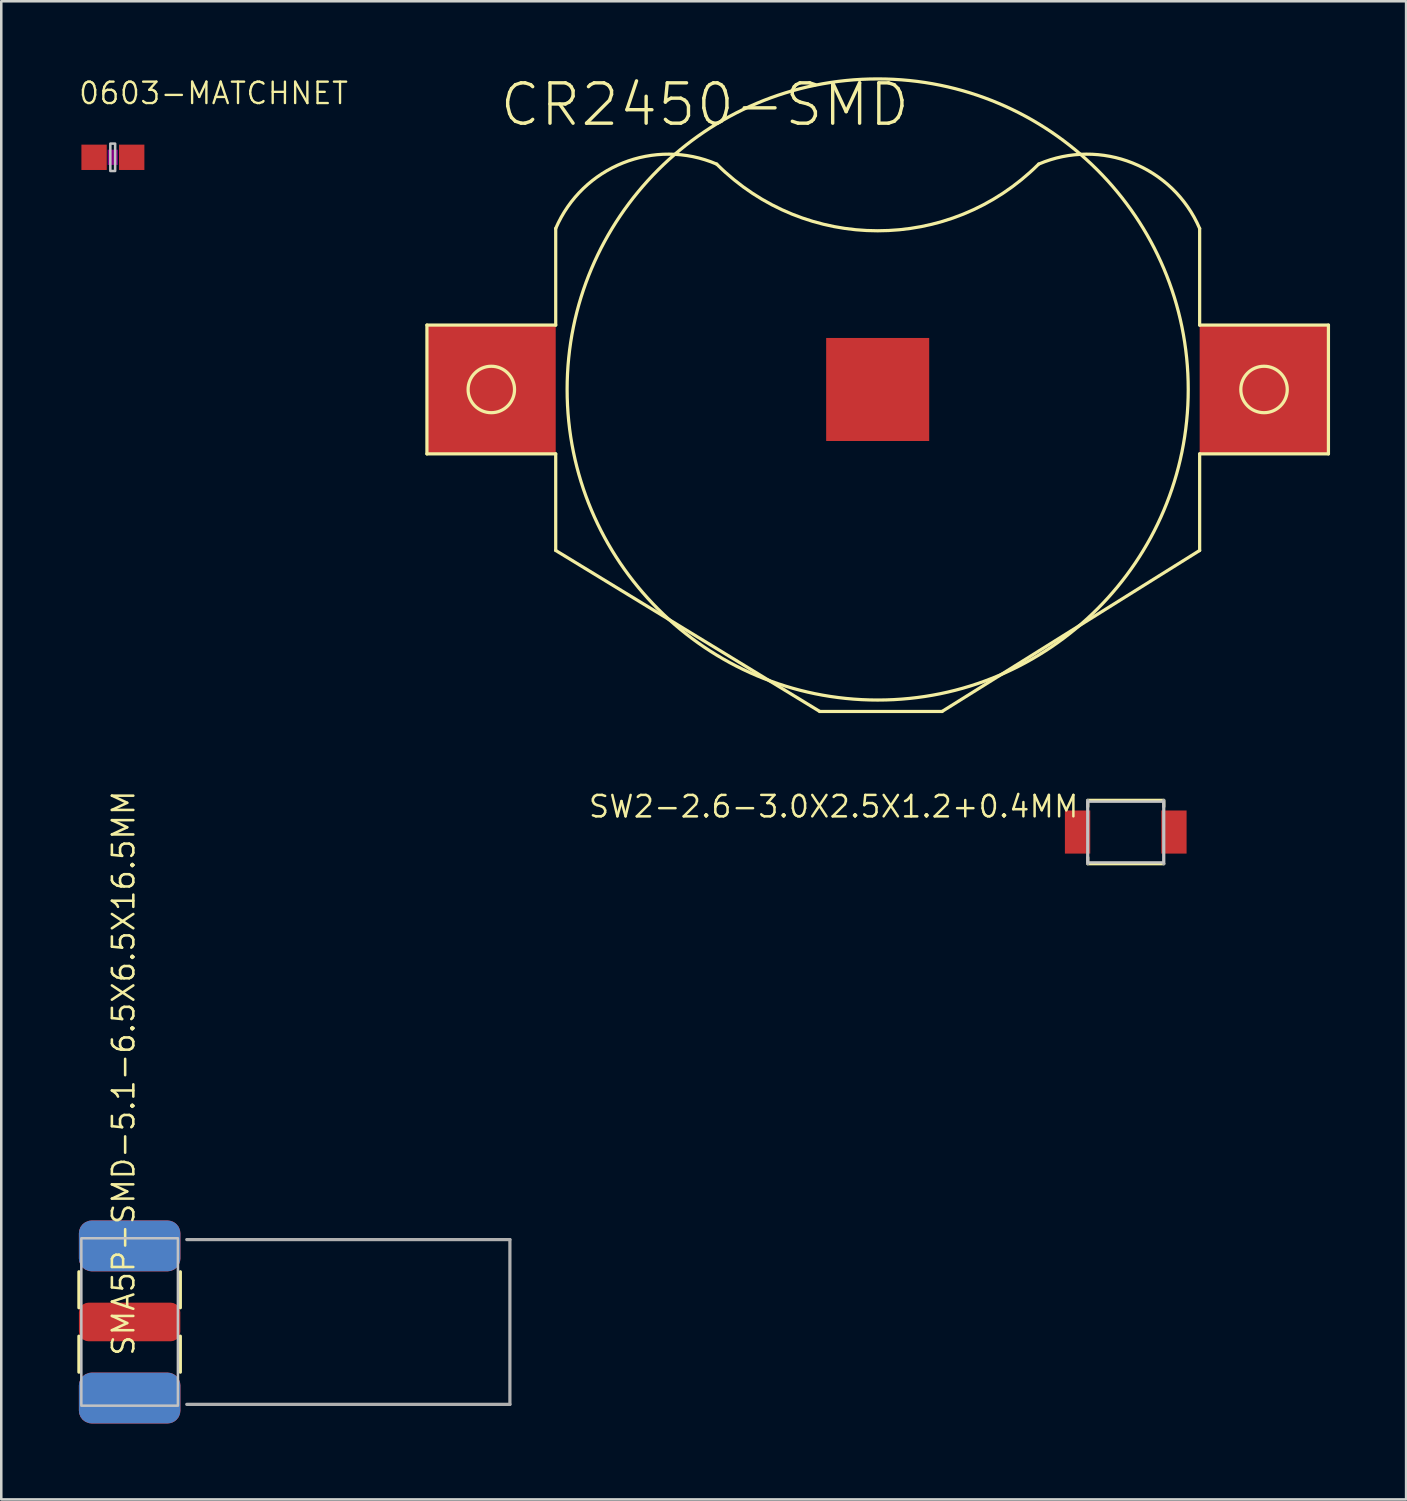
<source format=kicad_pcb>
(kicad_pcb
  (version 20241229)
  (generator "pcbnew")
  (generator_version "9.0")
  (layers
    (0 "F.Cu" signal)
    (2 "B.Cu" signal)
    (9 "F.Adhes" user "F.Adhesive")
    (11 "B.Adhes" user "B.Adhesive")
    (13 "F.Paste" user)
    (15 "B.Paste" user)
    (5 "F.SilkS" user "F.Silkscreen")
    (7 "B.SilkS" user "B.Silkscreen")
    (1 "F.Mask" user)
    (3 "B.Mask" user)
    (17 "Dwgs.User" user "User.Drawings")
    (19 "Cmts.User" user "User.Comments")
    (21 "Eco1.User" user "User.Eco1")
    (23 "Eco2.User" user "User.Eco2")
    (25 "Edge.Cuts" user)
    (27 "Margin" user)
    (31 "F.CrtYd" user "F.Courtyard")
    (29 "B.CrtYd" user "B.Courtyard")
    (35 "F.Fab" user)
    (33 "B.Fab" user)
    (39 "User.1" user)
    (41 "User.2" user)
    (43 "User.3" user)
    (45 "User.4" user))
  (footprint "0603-MATCHNET"
    (layer "F.Cu")
    (at 1.397 3.155)
    (property "Reference" "0603-MATCHNET" (at -1.397 -2.032 0) (layer "F.SilkS") (effects (font (size 0.845 0.845) (thickness 0.093)) (justify left bottom)))
    (attr through_hole)
    (fp_poly (pts (xy -0.2 0.3) (xy 0.2 0.3) (xy 0.2 -0.3) (xy -0.2 -0.3)) (stroke (width 0) (type solid)) (fill yes) (layer "F.Adhes"))
    (fp_poly (pts (xy -0.095 -0.54) (xy 0.095 -0.54) (xy 0.095 0.54) (xy -0.095 0.54)) (stroke (width 0.1) (type solid)) (fill no) (layer "Dwgs.User"))
    (pad "1" smd rect (at -0.736 0) (size 1 1) (layers "F.Cu" "F.Mask" "F.Paste"))
    (pad "2" smd rect (at 0.748 0) (size 1 1) (layers "F.Cu" "F.Mask" "F.Paste")))
  (footprint "CR2450-SMD"
    (layer "F.Cu")
    (at 31.57 12.313)
    (property "Reference" "CR2450-SMD" (at -14.986 -10.302 0) (layer "F.SilkS") (effects (font (size 1.593 1.593) (thickness 0.134)) (justify left bottom)))
    (attr through_hole)
    (fp_poly (pts (xy -11.032 0.381) (xy -11.022 -0.324) (xy -10.967 -1.027) (xy -10.869 -1.725) (xy -10.727 -2.416) (xy -10.542 -3.096) (xy -10.314 -3.764) (xy -10.045 -4.415) (xy -9.736 -5.049) (xy -9.387 -5.662) (xy -9.001 -6.252) (xy -8.578 -6.816) (xy -8.121 -7.353) (xy -7.631 -7.86) (xy -7.11 -8.335) (xy -6.56 -8.777) (xy -5.984 -9.183) (xy -5.383 -9.552) (xy -4.76 -9.883) (xy -4.118 -10.174) (xy -3.459 -10.424) (xy -2.785 -10.632) (xy -2.1 -10.798) (xy -1.405 -10.92) (xy 0 -11.032) (xy 0.696 -10.998) (xy 1.389 -10.921) (xy 2.076 -10.8) (xy 2.753 -10.636) (xy 3.419 -10.43) (xy 4.071 -10.183) (xy 4.706 -9.895) (xy 5.322 -9.568) (xy 5.916 -9.203) (xy 6.485 -8.801) (xy 7.029 -8.364) (xy 7.544 -7.894) (xy 8.028 -7.393) (xy 8.48 -6.862) (xy 8.898 -6.304) (xy 9.28 -5.721) (xy 9.624 -5.115) (xy 9.93 -4.488) (xy 10.196 -3.844) (xy 10.421 -3.184) (xy 10.604 -2.511) (xy 10.744 -1.828) (xy 10.841 -1.138) (xy 10.905 0.254) (xy 10.884 0.931) (xy 10.82 1.605) (xy 10.714 2.274) (xy 10.566 2.934) (xy 10.377 3.585) (xy 10.148 4.222) (xy 9.879 4.843) (xy 9.572 5.446) (xy 9.227 6.029) (xy 8.847 6.589) (xy 8.432 7.124) (xy 7.984 7.632) (xy 7.505 8.111) (xy 6.997 8.559) (xy 6.462 8.974) (xy 5.902 9.354) (xy 5.319 9.699) (xy 4.716 10.006) (xy 4.095 10.275) (xy 3.458 10.504) (xy 2.807 10.693) (xy 2.147 10.841) (xy 1.478 10.947) (xy 0.127 11.032) (xy -0.558 11.026) (xy -1.242 10.978) (xy -1.921 10.886) (xy -2.593 10.753) (xy -3.255 10.577) (xy -3.905 10.36) (xy -4.54 10.102) (xy -5.158 9.805) (xy -5.756 9.47) (xy -6.331 9.099) (xy -6.882 8.691) (xy -7.407 8.25) (xy -7.903 7.777) (xy -8.368 7.274) (xy -8.8 6.742) (xy -9.198 6.185) (xy -9.561 5.603) (xy -9.886 5) (xy -10.173 4.378) (xy -10.42 3.738) (xy -10.626 3.085) (xy -10.791 2.42) (xy -10.914 1.746)) (stroke (width 0) (type solid)) (fill yes) (layer "F.Mask"))
    (fp_line (start -17.78 -2.54) (end -17.78 2.54) (stroke (width 0.127) (type solid)) (layer "F.SilkS"))
    (fp_line (start -17.78 2.54) (end -12.7 2.54) (stroke (width 0.127) (type solid)) (layer "F.SilkS"))
    (fp_line (start -12.7 -6.35) (end -12.7 -2.54) (stroke (width 0.127) (type solid)) (layer "F.SilkS"))
    (fp_line (start -12.7 -2.54) (end -17.78 -2.54) (stroke (width 0.127) (type solid)) (layer "F.SilkS"))
    (fp_line (start -12.7 2.54) (end -12.7 6.35) (stroke (width 0.127) (type solid)) (layer "F.SilkS"))
    (fp_line (start -12.7 6.35) (end -2.286 12.7) (stroke (width 0.127) (type solid)) (layer "F.SilkS"))
    (fp_line (start -2.286 12.7) (end 2.54 12.7) (stroke (width 0.127) (type solid)) (layer "F.SilkS"))
    (fp_line (start 2.54 12.7) (end 12.7 6.35) (stroke (width 0.127) (type solid)) (layer "F.SilkS"))
    (fp_line (start 12.7 -2.54) (end 12.7 -6.35) (stroke (width 0.127) (type solid)) (layer "F.SilkS"))
    (fp_line (start 12.7 2.54) (end 17.78 2.54) (stroke (width 0.127) (type solid)) (layer "F.SilkS"))
    (fp_line (start 12.7 6.35) (end 12.7 2.54) (stroke (width 0.127) (type solid)) (layer "F.SilkS"))
    (fp_line (start 17.78 -2.54) (end 12.7 -2.54) (stroke (width 0.127) (type solid)) (layer "F.SilkS"))
    (fp_line (start 17.78 2.54) (end 17.78 -2.54) (stroke (width 0.127) (type solid)) (layer "F.SilkS"))
    (fp_arc (start -12.7 -6.35) (mid -10.051051 -8.935128) (end -6.35 -8.89) (stroke (width 0.127) (type solid)) (layer "F.SilkS"))
    (fp_arc (start 6.35 -8.89) (mid 0 -6.259744) (end -6.35 -8.89) (stroke (width 0.127) (type solid)) (layer "F.SilkS"))
    (fp_arc (start 6.35 -8.89) (mid 10.051051 -8.935128) (end 12.7 -6.35) (stroke (width 0.127) (type solid)) (layer "F.SilkS"))
    (fp_circle (center -15.24 0) (end -14.324 0) (stroke (width 0.127) (type solid)) (fill no) (layer "F.SilkS"))
    (fp_circle (center 0 0) (end 12.25 0) (stroke (width 0.127) (type solid)) (fill no) (layer "F.SilkS"))
    (fp_circle (center 15.24 0) (end 16.156 0) (stroke (width 0.127) (type solid)) (fill no) (layer "F.SilkS"))
    (pad "+$1" smd rect (at -15.24 0) (size 5.08 5.08) (layers "F.Cu" "F.Mask" "F.Paste"))
    (pad "+$2" smd rect (at 15.24 0) (size 5.08 5.08) (layers "F.Cu" "F.Mask" "F.Paste"))
    (pad "-" smd rect (at 0 0) (size 4.064 4.064) (layers "F.Cu" "F.Mask" "F.Paste")))
  (footprint "SMA5P-SMD-5.1-6.5X6.5X16.5MM"
    (layer "F.Cu")
    (at 2.063 49.095)
    (property "Reference" "SMA5P-SMD-5.1-6.5X6.5X16.5MM" (at 0.254 1.397 270) (layer "F.SilkS") (effects (font (size 0.845 0.845) (thickness 0.101)) (justify left bottom)))
    (attr through_hole)
    (fp_line (start -2 -0.56) (end -2 -1.98) (stroke (width 0.127) (type solid)) (layer "F.SilkS"))
    (fp_line (start -2 1.98) (end -2 0.56) (stroke (width 0.127) (type solid)) (layer "F.SilkS"))
    (fp_line (start 2 -1.98) (end 2 -0.56) (stroke (width 0.127) (type solid)) (layer "F.SilkS"))
    (fp_line (start 2 0.56) (end 2 1.98) (stroke (width 0.127) (type solid)) (layer "F.SilkS"))
    (fp_poly (pts (xy -1.905 3.302) (xy 1.905 3.302) (xy 1.905 -3.302) (xy -1.905 -3.302)) (stroke (width 0.1) (type solid)) (fill no) (layer "Dwgs.User"))
    (fp_line (start 2.254 -3.25) (end 15 -3.25) (stroke (width 0.127) (type solid)) (layer "F.Fab"))
    (fp_line (start 2.254 3.25) (end 15 3.25) (stroke (width 0.127) (type solid)) (layer "F.Fab"))
    (fp_line (start 15 -3.25) (end 15 3.25) (stroke (width 0.127) (type solid)) (layer "F.Fab"))
    (pad "ANT" smd roundrect (at 0 0 180) (size 4 1.524) (layers "F.Cu" "F.Mask" "F.Paste") (roundrect_rratio 0.25))
    (pad "GND1" smd roundrect (at 0 -3 180) (size 4 2) (layers "F.Cu" "F.Mask" "F.Paste") (roundrect_rratio 0.25))
    (pad "GND2" smd roundrect (at 0 3 180) (size 4 2) (layers "F.Cu" "F.Mask" "F.Paste") (roundrect_rratio 0.25))
    (pad "GND3" smd roundrect (at 0 -3) (size 4 2) (layers "*.Cu" "*.Mask") (roundrect_rratio 0.25))
    (pad "GND4" smd roundrect (at 0 3) (size 4 2) (layers "*.Cu" "*.Mask") (roundrect_rratio 0.25)))
  (footprint "SW2-2.6-3.0X2.5X1.2+0.4MM"
    (layer "F.Cu")
    (at 41.355 29.77)
    (property "Reference" "SW2-2.6-3.0X2.5X1.2+0.4MM" (at -1.8 -1.5 0) (layer "F.SilkS") (effects (font (size 0.845 0.845) (thickness 0.098)) (justify right top)))
    (attr through_hole)
    (fp_line (start -1.5 -1.2) (end -1.5 -1) (stroke (width 0.127) (type solid)) (layer "F.SilkS"))
    (fp_line (start -1.5 1.2) (end -1.5 1) (stroke (width 0.127) (type solid)) (layer "F.SilkS"))
    (fp_line (start -1.5 1.25) (end 1.5 1.25) (stroke (width 0.127) (type solid)) (layer "F.SilkS"))
    (fp_line (start 1.5 -1.25) (end -1.5 -1.25) (stroke (width 0.127) (type solid)) (layer "F.SilkS"))
    (fp_line (start 1.5 -1.2) (end 1.5 -1) (stroke (width 0.127) (type solid)) (layer "F.SilkS"))
    (fp_poly (pts (xy -1.5 1.2) (xy 1.5 1.2) (xy 1.5 -1.2) (xy -1.5 -1.2)) (stroke (width 0.1) (type solid)) (fill no) (layer "Dwgs.User"))
    (fp_line (start -1.5 -1.25) (end -1.5 1.25) (stroke (width 0.127) (type solid)) (layer "F.Fab"))
    (fp_line (start 1.5 1.25) (end 1.5 -1.25) (stroke (width 0.127) (type solid)) (layer "F.Fab"))
    (pad "1" smd rect (at -1.9 0 90) (size 1.7 1) (layers "F.Cu" "F.Mask" "F.Paste"))
    (pad "2" smd rect (at 1.9 0 90) (size 1.7 1) (layers "F.Cu" "F.Mask" "F.Paste")))
  (gr_rect
    (start -3 -3)
    (end 52.414 56.095)
    (stroke (width 0.1) (type default))
    (fill no)
    (layer "Edge.Cuts")))
</source>
